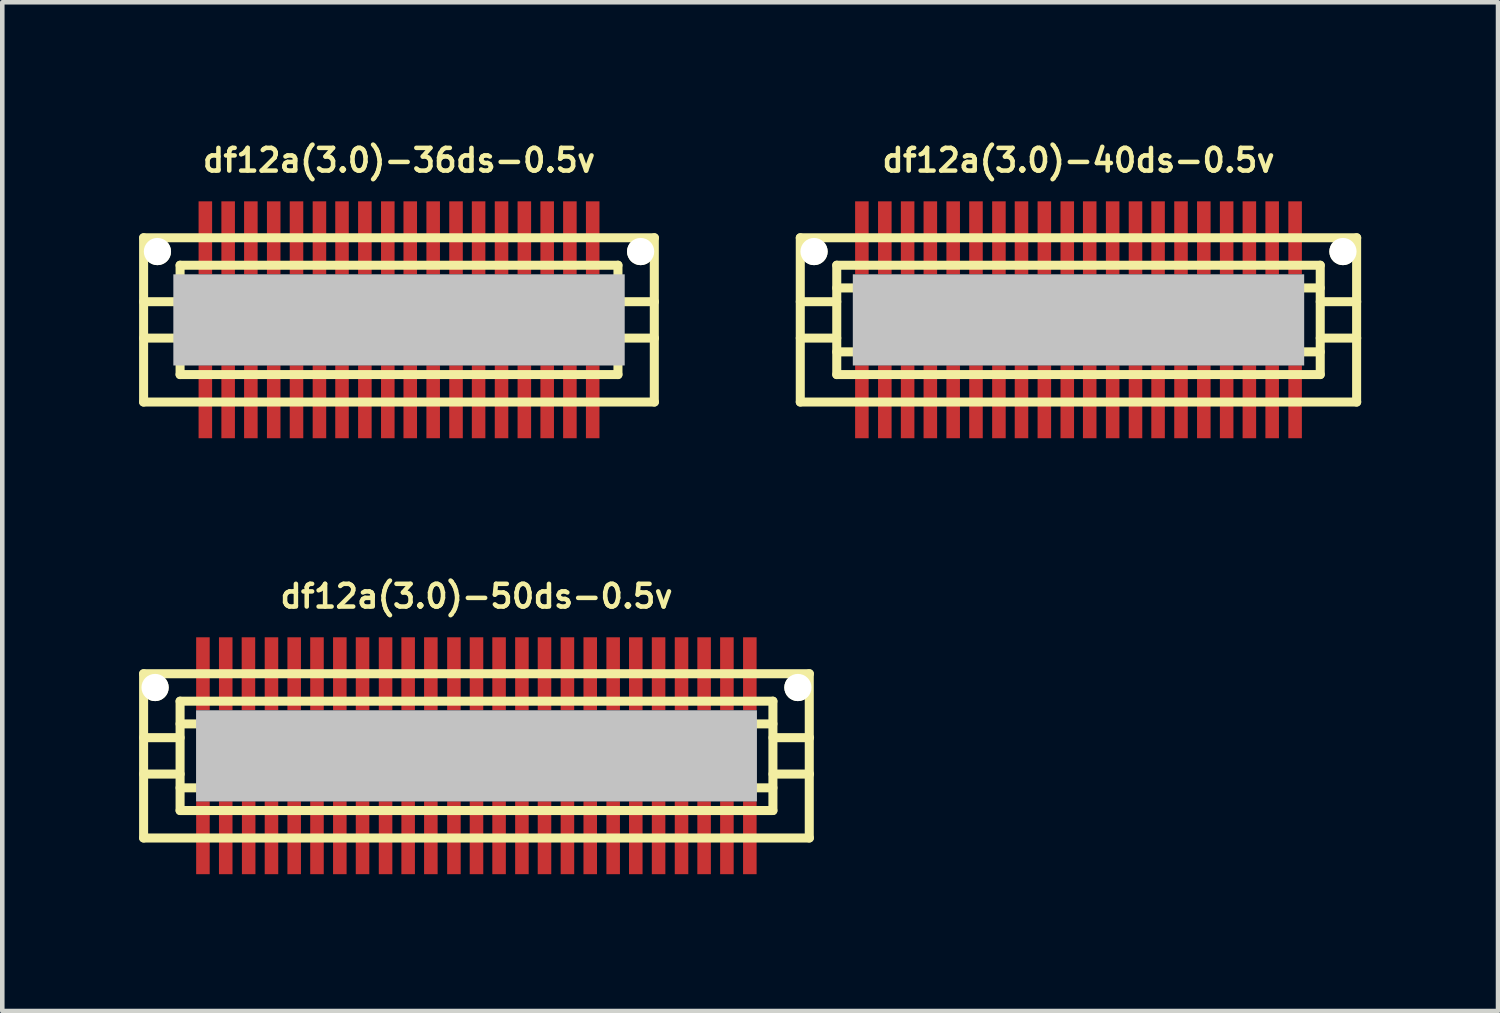
<source format=kicad_pcb>
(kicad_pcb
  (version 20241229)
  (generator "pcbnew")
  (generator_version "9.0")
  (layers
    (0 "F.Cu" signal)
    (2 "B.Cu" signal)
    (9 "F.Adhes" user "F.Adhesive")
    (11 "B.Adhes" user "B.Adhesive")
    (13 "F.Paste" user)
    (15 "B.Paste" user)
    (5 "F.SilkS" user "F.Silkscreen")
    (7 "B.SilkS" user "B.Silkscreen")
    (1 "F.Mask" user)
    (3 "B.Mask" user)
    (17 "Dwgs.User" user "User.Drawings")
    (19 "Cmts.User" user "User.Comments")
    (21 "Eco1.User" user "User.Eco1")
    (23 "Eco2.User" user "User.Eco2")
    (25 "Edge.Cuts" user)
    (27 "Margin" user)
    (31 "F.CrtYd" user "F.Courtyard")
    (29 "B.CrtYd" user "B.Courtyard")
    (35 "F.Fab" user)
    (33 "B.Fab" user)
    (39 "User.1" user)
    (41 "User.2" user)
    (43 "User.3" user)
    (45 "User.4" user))
  (footprint "df12a(3.0)-40ds-0.5v"
    (layer "F.Cu")
    (at 20.6 3.965)
    (property "Reference" "df12a(3.0)-40ds-0.5v" (at 0 -3.5 0) (layer "F.SilkS") (effects (font (size 0.498 0.498) (thickness 0.099))))
    (attr smd)
    (fp_line (start -6.101 -1.801) (end 6.101 -1.801) (stroke (width 0.198) (type solid)) (layer "F.SilkS"))
    (fp_line (start -6.101 1.801) (end -6.101 -1.801) (stroke (width 0.198) (type solid)) (layer "F.SilkS"))
    (fp_line (start -5.301 -0.701) (end 5.301 -0.701) (stroke (width 0.198) (type solid)) (layer "F.SilkS"))
    (fp_line (start -5.301 -0.399) (end -6.101 -0.399) (stroke (width 0.198) (type solid)) (layer "F.SilkS"))
    (fp_line (start -5.301 0.399) (end -6.101 0.399) (stroke (width 0.198) (type solid)) (layer "F.SilkS"))
    (fp_line (start -5.301 1.199) (end -5.301 -1.199) (stroke (width 0.198) (type solid)) (layer "F.SilkS"))
    (fp_line (start -5.301 1.199) (end 5.301 1.199) (stroke (width 0.198) (type solid)) (layer "F.SilkS"))
    (fp_line (start 5.301 -1.199) (end -5.301 -1.199) (stroke (width 0.198) (type solid)) (layer "F.SilkS"))
    (fp_line (start 5.301 -1.199) (end 5.301 1.199) (stroke (width 0.198) (type solid)) (layer "F.SilkS"))
    (fp_line (start 5.301 -0.399) (end 6.101 -0.399) (stroke (width 0.198) (type solid)) (layer "F.SilkS"))
    (fp_line (start 5.301 0.701) (end -5.301 0.701) (stroke (width 0.198) (type solid)) (layer "F.SilkS"))
    (fp_line (start 6.099 -1.801) (end 6.099 1.801) (stroke (width 0.198) (type solid)) (layer "F.SilkS"))
    (fp_line (start 6.101 0.399) (end 5.301 0.399) (stroke (width 0.198) (type solid)) (layer "F.SilkS"))
    (fp_line (start 6.101 1.801) (end -6.101 1.801) (stroke (width 0.198) (type solid)) (layer "F.SilkS"))
    (pad "" np_thru_hole circle (at -5.799 -1.499) (size 0.597 0.597) (drill 0.597) (layers "*.Cu" "*.Mask" "F.SilkS"))
    (pad "" smd rect (at 0 0) (size 9.898 1.999) (layers "Dwgs.User"))
    (pad "" np_thru_hole circle (at 5.799 -1.499) (size 0.597 0.597) (drill 0.597) (layers "*.Cu" "*.Mask" "F.SilkS"))
    (pad "1" smd rect (at -4.75 1.796) (size 0.297 1.598) (layers "F.Cu" "F.Mask" "F.Paste"))
    (pad "2" smd rect (at -4.247 1.796) (size 0.297 1.598) (layers "F.Cu" "F.Mask" "F.Paste"))
    (pad "3" smd rect (at -3.747 1.796) (size 0.297 1.598) (layers "F.Cu" "F.Mask" "F.Paste"))
    (pad "4" smd rect (at -3.249 1.796) (size 0.297 1.598) (layers "F.Cu" "F.Mask" "F.Paste"))
    (pad "5" smd rect (at -2.748 1.796) (size 0.297 1.598) (layers "F.Cu" "F.Mask" "F.Paste"))
    (pad "6" smd rect (at -2.248 1.796) (size 0.297 1.598) (layers "F.Cu" "F.Mask" "F.Paste"))
    (pad "7" smd rect (at -1.745 1.796) (size 0.297 1.598) (layers "F.Cu" "F.Mask" "F.Paste"))
    (pad "8" smd rect (at -1.25 1.796) (size 0.297 1.598) (layers "F.Cu" "F.Mask" "F.Paste"))
    (pad "9" smd rect (at -0.749 1.796) (size 0.297 1.598) (layers "F.Cu" "F.Mask" "F.Paste"))
    (pad "10" smd rect (at -0.246 1.796) (size 0.297 1.598) (layers "F.Cu" "F.Mask" "F.Paste"))
    (pad "11" smd rect (at 0.246 1.796) (size 0.297 1.598) (layers "F.Cu" "F.Mask" "F.Paste"))
    (pad "12" smd rect (at 0.749 1.796) (size 0.297 1.598) (layers "F.Cu" "F.Mask" "F.Paste"))
    (pad "13" smd rect (at 1.25 1.796) (size 0.297 1.598) (layers "F.Cu" "F.Mask" "F.Paste"))
    (pad "14" smd rect (at 1.745 1.796) (size 0.297 1.598) (layers "F.Cu" "F.Mask" "F.Paste"))
    (pad "15" smd rect (at 2.248 1.796) (size 0.297 1.598) (layers "F.Cu" "F.Mask" "F.Paste"))
    (pad "16" smd rect (at 2.748 1.796) (size 0.297 1.598) (layers "F.Cu" "F.Mask" "F.Paste"))
    (pad "17" smd rect (at 3.249 1.796) (size 0.297 1.598) (layers "F.Cu" "F.Mask" "F.Paste"))
    (pad "18" smd rect (at 3.747 1.796) (size 0.297 1.598) (layers "F.Cu" "F.Mask" "F.Paste"))
    (pad "19" smd rect (at 4.247 1.796) (size 0.297 1.598) (layers "F.Cu" "F.Mask" "F.Paste"))
    (pad "20" smd rect (at 4.75 1.796) (size 0.297 1.598) (layers "F.Cu" "F.Mask" "F.Paste"))
    (pad "21" smd rect (at 4.75 -1.801) (size 0.297 1.598) (layers "F.Cu" "F.Mask" "F.Paste"))
    (pad "22" smd rect (at 4.247 -1.801) (size 0.297 1.598) (layers "F.Cu" "F.Mask" "F.Paste"))
    (pad "23" smd rect (at 3.747 -1.801) (size 0.297 1.598) (layers "F.Cu" "F.Mask" "F.Paste"))
    (pad "24" smd rect (at 3.249 -1.801) (size 0.297 1.598) (layers "F.Cu" "F.Mask" "F.Paste"))
    (pad "25" smd rect (at 2.748 -1.801) (size 0.297 1.598) (layers "F.Cu" "F.Mask" "F.Paste"))
    (pad "26" smd rect (at 2.248 -1.801) (size 0.297 1.598) (layers "F.Cu" "F.Mask" "F.Paste"))
    (pad "27" smd rect (at 1.745 -1.801) (size 0.297 1.598) (layers "F.Cu" "F.Mask" "F.Paste"))
    (pad "28" smd rect (at 1.25 -1.801) (size 0.297 1.598) (layers "F.Cu" "F.Mask" "F.Paste"))
    (pad "29" smd rect (at 0.749 -1.801) (size 0.297 1.598) (layers "F.Cu" "F.Mask" "F.Paste"))
    (pad "30" smd rect (at 0.246 -1.801) (size 0.297 1.598) (layers "F.Cu" "F.Mask" "F.Paste"))
    (pad "31" smd rect (at -0.246 -1.801) (size 0.297 1.598) (layers "F.Cu" "F.Mask" "F.Paste"))
    (pad "32" smd rect (at -0.749 -1.801) (size 0.297 1.598) (layers "F.Cu" "F.Mask" "F.Paste"))
    (pad "33" smd rect (at -1.25 -1.801) (size 0.297 1.598) (layers "F.Cu" "F.Mask" "F.Paste"))
    (pad "34" smd rect (at -1.745 -1.801) (size 0.297 1.598) (layers "F.Cu" "F.Mask" "F.Paste"))
    (pad "35" smd rect (at -2.248 -1.801) (size 0.297 1.598) (layers "F.Cu" "F.Mask" "F.Paste"))
    (pad "36" smd rect (at -2.748 -1.801) (size 0.297 1.598) (layers "F.Cu" "F.Mask" "F.Paste"))
    (pad "37" smd rect (at -3.249 -1.801) (size 0.297 1.598) (layers "F.Cu" "F.Mask" "F.Paste"))
    (pad "38" smd rect (at -3.747 -1.801) (size 0.297 1.598) (layers "F.Cu" "F.Mask" "F.Paste"))
    (pad "39" smd rect (at -4.247 -1.801) (size 0.297 1.598) (layers "F.Cu" "F.Mask" "F.Paste"))
    (pad "40" smd rect (at -4.75 -1.801) (size 0.297 1.598) (layers "F.Cu" "F.Mask" "F.Paste")))
  (footprint "df12a(3.0)-50ds-0.5v"
    (layer "F.Cu")
    (at 7.399 13.525)
    (property "Reference" "df12a(3.0)-50ds-0.5v" (at 0 -3.5 0) (layer "F.SilkS") (effects (font (size 0.498 0.498) (thickness 0.099))))
    (attr smd)
    (fp_line (start -7.3 1.801) (end -7.3 -1.801) (stroke (width 0.198) (type solid)) (layer "F.SilkS"))
    (fp_line (start -7.3 1.801) (end 7.3 1.801) (stroke (width 0.198) (type solid)) (layer "F.SilkS"))
    (fp_line (start -6.5 -1.199) (end 6.5 -1.199) (stroke (width 0.198) (type solid)) (layer "F.SilkS"))
    (fp_line (start -6.5 -0.701) (end 6.5 -0.701) (stroke (width 0.198) (type solid)) (layer "F.SilkS"))
    (fp_line (start -6.5 -0.399) (end -7.3 -0.399) (stroke (width 0.198) (type solid)) (layer "F.SilkS"))
    (fp_line (start -6.5 0.399) (end -7.3 0.399) (stroke (width 0.198) (type solid)) (layer "F.SilkS"))
    (fp_line (start -6.5 0.701) (end 6.5 0.701) (stroke (width 0.198) (type solid)) (layer "F.SilkS"))
    (fp_line (start -6.5 1.199) (end -6.5 -1.199) (stroke (width 0.198) (type solid)) (layer "F.SilkS"))
    (fp_line (start 6.5 -1.199) (end 6.5 1.199) (stroke (width 0.198) (type solid)) (layer "F.SilkS"))
    (fp_line (start 6.5 1.199) (end -6.5 1.199) (stroke (width 0.198) (type solid)) (layer "F.SilkS"))
    (fp_line (start 6.502 -0.399) (end 7.303 -0.399) (stroke (width 0.198) (type solid)) (layer "F.SilkS"))
    (fp_line (start 7.297 -1.801) (end 7.297 1.801) (stroke (width 0.198) (type solid)) (layer "F.SilkS"))
    (fp_line (start 7.3 -1.801) (end -7.3 -1.801) (stroke (width 0.198) (type solid)) (layer "F.SilkS"))
    (fp_line (start 7.303 0.399) (end 6.502 0.399) (stroke (width 0.198) (type solid)) (layer "F.SilkS"))
    (pad "" np_thru_hole circle (at -7.048 -1.499) (size 0.597 0.597) (drill 0.597) (layers "*.Cu" "*.Mask" "F.SilkS"))
    (pad "" smd rect (at 0 0) (size 12.299 1.999) (layers "Dwgs.User"))
    (pad "" np_thru_hole circle (at 7.048 -1.499) (size 0.597 0.597) (drill 0.597) (layers "*.Cu" "*.Mask" "F.SilkS"))
    (pad "1" smd rect (at -5.999 1.796) (size 0.297 1.598) (layers "F.Cu" "F.Mask" "F.Paste"))
    (pad "2" smd rect (at -5.499 1.796) (size 0.297 1.598) (layers "F.Cu" "F.Mask" "F.Paste"))
    (pad "3" smd rect (at -4.996 1.796) (size 0.297 1.598) (layers "F.Cu" "F.Mask" "F.Paste"))
    (pad "4" smd rect (at -4.496 1.796) (size 0.297 1.598) (layers "F.Cu" "F.Mask" "F.Paste"))
    (pad "5" smd rect (at -3.998 1.796) (size 0.297 1.598) (layers "F.Cu" "F.Mask" "F.Paste"))
    (pad "6" smd rect (at -3.498 1.796) (size 0.297 1.598) (layers "F.Cu" "F.Mask" "F.Paste"))
    (pad "7" smd rect (at -2.997 1.796) (size 0.297 1.598) (layers "F.Cu" "F.Mask" "F.Paste"))
    (pad "8" smd rect (at -2.499 1.796) (size 0.297 1.598) (layers "F.Cu" "F.Mask" "F.Paste"))
    (pad "9" smd rect (at -1.994 1.796) (size 0.297 1.598) (layers "F.Cu" "F.Mask" "F.Paste"))
    (pad "10" smd rect (at -1.499 1.796) (size 0.297 1.598) (layers "F.Cu" "F.Mask" "F.Paste"))
    (pad "11" smd rect (at -1.001 1.796) (size 0.297 1.598) (layers "F.Cu" "F.Mask" "F.Paste"))
    (pad "12" smd rect (at -0.495 1.796) (size 0.297 1.598) (layers "F.Cu" "F.Mask" "F.Paste"))
    (pad "13" smd rect (at 0 1.796) (size 0.297 1.598) (layers "F.Cu" "F.Mask" "F.Paste"))
    (pad "14" smd rect (at 0.495 1.796) (size 0.297 1.598) (layers "F.Cu" "F.Mask" "F.Paste"))
    (pad "15" smd rect (at 0.996 1.796) (size 0.297 1.598) (layers "F.Cu" "F.Mask" "F.Paste"))
    (pad "16" smd rect (at 1.491 1.796) (size 0.297 1.598) (layers "F.Cu" "F.Mask" "F.Paste"))
    (pad "17" smd rect (at 1.994 1.796) (size 0.297 1.598) (layers "F.Cu" "F.Mask" "F.Paste"))
    (pad "18" smd rect (at 2.494 1.796) (size 0.297 1.598) (layers "F.Cu" "F.Mask" "F.Paste"))
    (pad "19" smd rect (at 2.997 1.796) (size 0.297 1.598) (layers "F.Cu" "F.Mask" "F.Paste"))
    (pad "20" smd rect (at 3.493 1.796) (size 0.297 1.598) (layers "F.Cu" "F.Mask" "F.Paste"))
    (pad "21" smd rect (at 3.993 1.796) (size 0.297 1.598) (layers "F.Cu" "F.Mask" "F.Paste"))
    (pad "22" smd rect (at 4.496 1.796) (size 0.297 1.598) (layers "F.Cu" "F.Mask" "F.Paste"))
    (pad "23" smd rect (at 4.991 1.796) (size 0.297 1.598) (layers "F.Cu" "F.Mask" "F.Paste"))
    (pad "24" smd rect (at 5.491 1.796) (size 0.297 1.598) (layers "F.Cu" "F.Mask" "F.Paste"))
    (pad "25" smd rect (at 5.994 1.796) (size 0.297 1.598) (layers "F.Cu" "F.Mask" "F.Paste"))
    (pad "26" smd rect (at 5.994 -1.801) (size 0.297 1.598) (layers "F.Cu" "F.Mask" "F.Paste"))
    (pad "27" smd rect (at 5.491 -1.801) (size 0.297 1.598) (layers "F.Cu" "F.Mask" "F.Paste"))
    (pad "28" smd rect (at 4.991 -1.801) (size 0.297 1.598) (layers "F.Cu" "F.Mask" "F.Paste"))
    (pad "29" smd rect (at 4.496 -1.801) (size 0.297 1.598) (layers "F.Cu" "F.Mask" "F.Paste"))
    (pad "30" smd rect (at 3.993 -1.801) (size 0.297 1.598) (layers "F.Cu" "F.Mask" "F.Paste"))
    (pad "31" smd rect (at 3.493 -1.801) (size 0.297 1.598) (layers "F.Cu" "F.Mask" "F.Paste"))
    (pad "32" smd rect (at 2.997 -1.801) (size 0.297 1.598) (layers "F.Cu" "F.Mask" "F.Paste"))
    (pad "33" smd rect (at 2.494 -1.801) (size 0.297 1.598) (layers "F.Cu" "F.Mask" "F.Paste"))
    (pad "34" smd rect (at 1.994 -1.801) (size 0.297 1.598) (layers "F.Cu" "F.Mask" "F.Paste"))
    (pad "35" smd rect (at 1.491 -1.801) (size 0.297 1.598) (layers "F.Cu" "F.Mask" "F.Paste"))
    (pad "36" smd rect (at 0.996 -1.801) (size 0.297 1.598) (layers "F.Cu" "F.Mask" "F.Paste"))
    (pad "37" smd rect (at 0.495 -1.801) (size 0.297 1.598) (layers "F.Cu" "F.Mask" "F.Paste"))
    (pad "38" smd rect (at 0 -1.801) (size 0.297 1.598) (layers "F.Cu" "F.Mask" "F.Paste"))
    (pad "39" smd rect (at -0.495 -1.801) (size 0.297 1.598) (layers "F.Cu" "F.Mask" "F.Paste"))
    (pad "40" smd rect (at -1.001 -1.801) (size 0.297 1.598) (layers "F.Cu" "F.Mask" "F.Paste"))
    (pad "41" smd rect (at -1.499 -1.801) (size 0.297 1.598) (layers "F.Cu" "F.Mask" "F.Paste"))
    (pad "42" smd rect (at -1.994 -1.801) (size 0.297 1.598) (layers "F.Cu" "F.Mask" "F.Paste"))
    (pad "43" smd rect (at -2.499 -1.801) (size 0.297 1.598) (layers "F.Cu" "F.Mask" "F.Paste"))
    (pad "44" smd rect (at -2.997 -1.801) (size 0.297 1.598) (layers "F.Cu" "F.Mask" "F.Paste"))
    (pad "45" smd rect (at -3.498 -1.801) (size 0.297 1.598) (layers "F.Cu" "F.Mask" "F.Paste"))
    (pad "46" smd rect (at -3.998 -1.801) (size 0.297 1.598) (layers "F.Cu" "F.Mask" "F.Paste"))
    (pad "47" smd rect (at -4.496 -1.801) (size 0.297 1.598) (layers "F.Cu" "F.Mask" "F.Paste"))
    (pad "48" smd rect (at -5.001 -1.801) (size 0.297 1.598) (layers "F.Cu" "F.Mask" "F.Paste"))
    (pad "49" smd rect (at -5.499 -1.801) (size 0.297 1.598) (layers "F.Cu" "F.Mask" "F.Paste"))
    (pad "50" smd rect (at -5.999 -1.801) (size 0.297 1.598) (layers "F.Cu" "F.Mask" "F.Paste")))
  (footprint "df12a(3.0)-36ds-0.5v"
    (layer "F.Cu")
    (at 5.7 3.965)
    (property "Reference" "df12a(3.0)-36ds-0.5v" (at 0 -3.5 0) (layer "F.SilkS") (effects (font (size 0.498 0.498) (thickness 0.099))))
    (attr smd)
    (fp_line (start -5.601 -1.801) (end 5.601 -1.801) (stroke (width 0.198) (type solid)) (layer "F.SilkS"))
    (fp_line (start -5.601 1.801) (end -5.601 -1.801) (stroke (width 0.198) (type solid)) (layer "F.SilkS"))
    (fp_line (start -5.601 1.801) (end 5.601 1.801) (stroke (width 0.198) (type solid)) (layer "F.SilkS"))
    (fp_line (start -4.801 -1.199) (end 4.801 -1.199) (stroke (width 0.198) (type solid)) (layer "F.SilkS"))
    (fp_line (start -4.801 -0.701) (end 4.801 -0.701) (stroke (width 0.198) (type solid)) (layer "F.SilkS"))
    (fp_line (start -4.801 -0.399) (end -5.601 -0.399) (stroke (width 0.198) (type solid)) (layer "F.SilkS"))
    (fp_line (start -4.801 0.399) (end -5.601 0.399) (stroke (width 0.198) (type solid)) (layer "F.SilkS"))
    (fp_line (start -4.801 0.701) (end 4.801 0.701) (stroke (width 0.198) (type solid)) (layer "F.SilkS"))
    (fp_line (start -4.801 1.199) (end -4.801 -1.199) (stroke (width 0.198) (type solid)) (layer "F.SilkS"))
    (fp_line (start -4.801 1.199) (end 4.801 1.199) (stroke (width 0.198) (type solid)) (layer "F.SilkS"))
    (fp_line (start 4.801 -1.199) (end 4.801 1.199) (stroke (width 0.198) (type solid)) (layer "F.SilkS"))
    (fp_line (start 4.801 -0.399) (end 5.601 -0.399) (stroke (width 0.198) (type solid)) (layer "F.SilkS"))
    (fp_line (start 5.598 -1.801) (end 5.598 1.801) (stroke (width 0.198) (type solid)) (layer "F.SilkS"))
    (fp_line (start 5.601 0.399) (end 4.801 0.399) (stroke (width 0.198) (type solid)) (layer "F.SilkS"))
    (pad "" np_thru_hole circle (at -5.298 -1.499) (size 0.597 0.597) (drill 0.597) (layers "*.Cu" "*.Mask" "F.SilkS"))
    (pad "" smd rect (at 0 0) (size 9.898 1.999) (layers "Dwgs.User"))
    (pad "" np_thru_hole circle (at 5.298 -1.499) (size 0.597 0.597) (drill 0.597) (layers "*.Cu" "*.Mask" "F.SilkS"))
    (pad "1" smd rect (at -4.247 1.796) (size 0.297 1.598) (layers "F.Cu" "F.Mask" "F.Paste"))
    (pad "2" smd rect (at -3.747 1.796) (size 0.297 1.598) (layers "F.Cu" "F.Mask" "F.Paste"))
    (pad "3" smd rect (at -3.249 1.796) (size 0.297 1.598) (layers "F.Cu" "F.Mask" "F.Paste"))
    (pad "4" smd rect (at -2.748 1.796) (size 0.297 1.598) (layers "F.Cu" "F.Mask" "F.Paste"))
    (pad "5" smd rect (at -2.248 1.796) (size 0.297 1.598) (layers "F.Cu" "F.Mask" "F.Paste"))
    (pad "6" smd rect (at -1.745 1.796) (size 0.297 1.598) (layers "F.Cu" "F.Mask" "F.Paste"))
    (pad "7" smd rect (at -1.25 1.796) (size 0.297 1.598) (layers "F.Cu" "F.Mask" "F.Paste"))
    (pad "8" smd rect (at -0.749 1.796) (size 0.297 1.598) (layers "F.Cu" "F.Mask" "F.Paste"))
    (pad "9" smd rect (at -0.246 1.796) (size 0.297 1.598) (layers "F.Cu" "F.Mask" "F.Paste"))
    (pad "10" smd rect (at 0.246 1.796) (size 0.297 1.598) (layers "F.Cu" "F.Mask" "F.Paste"))
    (pad "11" smd rect (at 0.749 1.796) (size 0.297 1.598) (layers "F.Cu" "F.Mask" "F.Paste"))
    (pad "12" smd rect (at 1.25 1.796) (size 0.297 1.598) (layers "F.Cu" "F.Mask" "F.Paste"))
    (pad "13" smd rect (at 1.745 1.796) (size 0.297 1.598) (layers "F.Cu" "F.Mask" "F.Paste"))
    (pad "14" smd rect (at 2.248 1.796) (size 0.297 1.598) (layers "F.Cu" "F.Mask" "F.Paste"))
    (pad "15" smd rect (at 2.748 1.796) (size 0.297 1.598) (layers "F.Cu" "F.Mask" "F.Paste"))
    (pad "16" smd rect (at 3.249 1.796) (size 0.297 1.598) (layers "F.Cu" "F.Mask" "F.Paste"))
    (pad "17" smd rect (at 3.747 1.796) (size 0.297 1.598) (layers "F.Cu" "F.Mask" "F.Paste"))
    (pad "18" smd rect (at 4.247 1.796) (size 0.297 1.598) (layers "F.Cu" "F.Mask" "F.Paste"))
    (pad "19" smd rect (at 4.247 -1.801) (size 0.297 1.598) (layers "F.Cu" "F.Mask" "F.Paste"))
    (pad "20" smd rect (at 3.747 -1.801) (size 0.297 1.598) (layers "F.Cu" "F.Mask" "F.Paste"))
    (pad "21" smd rect (at 3.249 -1.801) (size 0.297 1.598) (layers "F.Cu" "F.Mask" "F.Paste"))
    (pad "22" smd rect (at 2.748 -1.801) (size 0.297 1.598) (layers "F.Cu" "F.Mask" "F.Paste"))
    (pad "23" smd rect (at 2.248 -1.801) (size 0.297 1.598) (layers "F.Cu" "F.Mask" "F.Paste"))
    (pad "24" smd rect (at 1.745 -1.801) (size 0.297 1.598) (layers "F.Cu" "F.Mask" "F.Paste"))
    (pad "25" smd rect (at 1.25 -1.801) (size 0.297 1.598) (layers "F.Cu" "F.Mask" "F.Paste"))
    (pad "26" smd rect (at 0.749 -1.801) (size 0.297 1.598) (layers "F.Cu" "F.Mask" "F.Paste"))
    (pad "27" smd rect (at 0.246 -1.801) (size 0.297 1.598) (layers "F.Cu" "F.Mask" "F.Paste"))
    (pad "28" smd rect (at -0.246 -1.801) (size 0.297 1.598) (layers "F.Cu" "F.Mask" "F.Paste"))
    (pad "29" smd rect (at -0.749 -1.801) (size 0.297 1.598) (layers "F.Cu" "F.Mask" "F.Paste"))
    (pad "30" smd rect (at -1.25 -1.801) (size 0.297 1.598) (layers "F.Cu" "F.Mask" "F.Paste"))
    (pad "31" smd rect (at -1.745 -1.801) (size 0.297 1.598) (layers "F.Cu" "F.Mask" "F.Paste"))
    (pad "32" smd rect (at -2.248 -1.801) (size 0.297 1.598) (layers "F.Cu" "F.Mask" "F.Paste"))
    (pad "33" smd rect (at -2.748 -1.801) (size 0.297 1.598) (layers "F.Cu" "F.Mask" "F.Paste"))
    (pad "34" smd rect (at -3.249 -1.801) (size 0.297 1.598) (layers "F.Cu" "F.Mask" "F.Paste"))
    (pad "35" smd rect (at -3.747 -1.801) (size 0.297 1.598) (layers "F.Cu" "F.Mask" "F.Paste"))
    (pad "36" smd rect (at -4.247 -1.801) (size 0.297 1.598) (layers "F.Cu" "F.Mask" "F.Paste")))
  (gr_rect
    (start -3 -3)
    (end 29.8 19.12)
    (stroke (width 0.1) (type default))
    (fill no)
    (layer "Edge.Cuts")))
</source>
